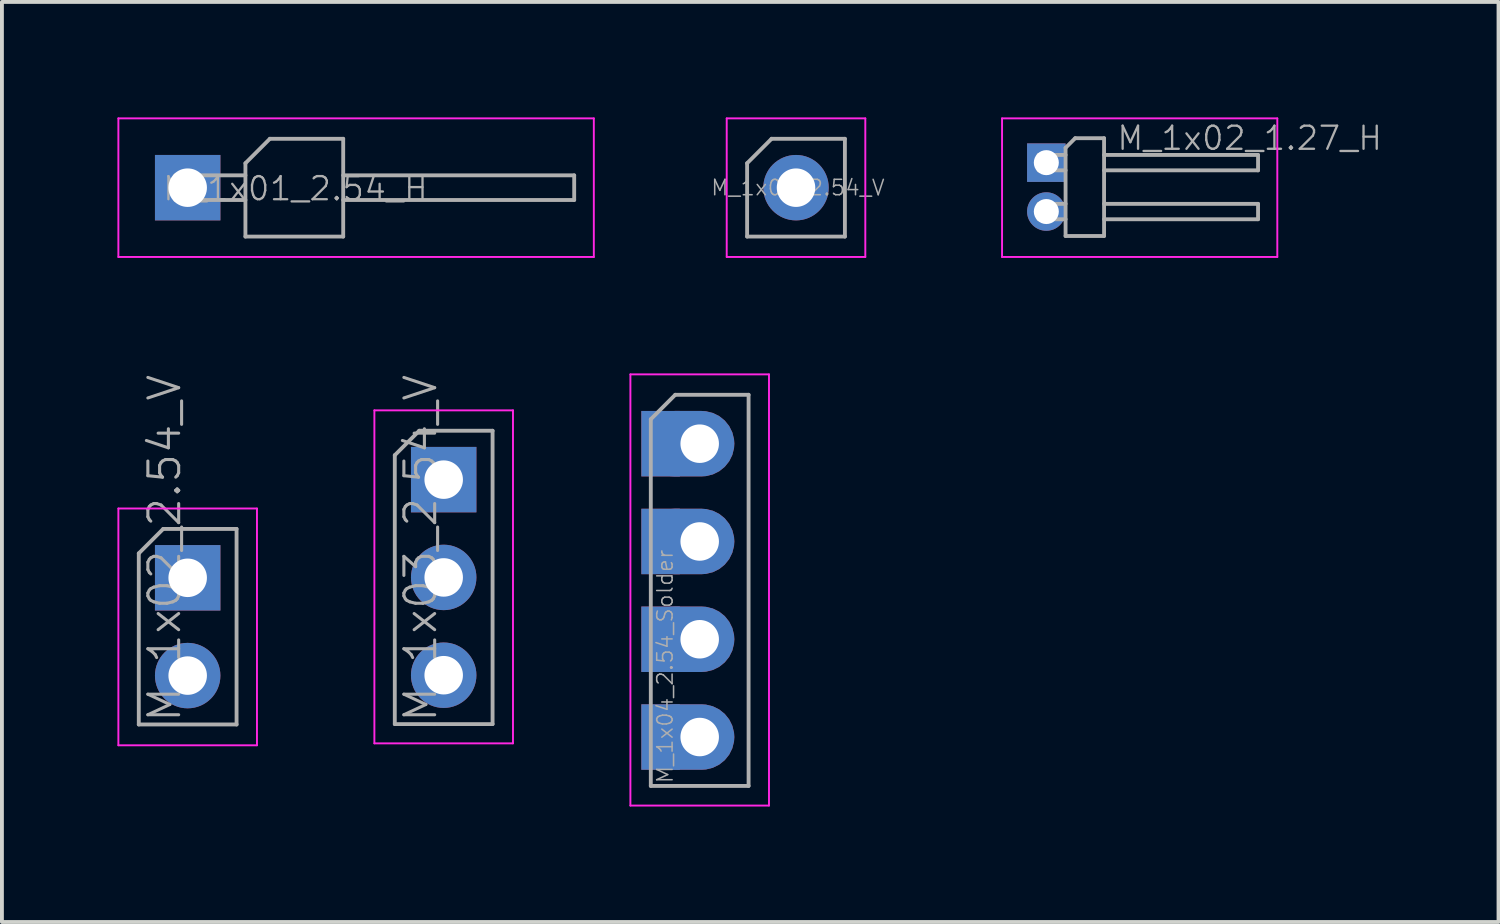
<source format=kicad_pcb>
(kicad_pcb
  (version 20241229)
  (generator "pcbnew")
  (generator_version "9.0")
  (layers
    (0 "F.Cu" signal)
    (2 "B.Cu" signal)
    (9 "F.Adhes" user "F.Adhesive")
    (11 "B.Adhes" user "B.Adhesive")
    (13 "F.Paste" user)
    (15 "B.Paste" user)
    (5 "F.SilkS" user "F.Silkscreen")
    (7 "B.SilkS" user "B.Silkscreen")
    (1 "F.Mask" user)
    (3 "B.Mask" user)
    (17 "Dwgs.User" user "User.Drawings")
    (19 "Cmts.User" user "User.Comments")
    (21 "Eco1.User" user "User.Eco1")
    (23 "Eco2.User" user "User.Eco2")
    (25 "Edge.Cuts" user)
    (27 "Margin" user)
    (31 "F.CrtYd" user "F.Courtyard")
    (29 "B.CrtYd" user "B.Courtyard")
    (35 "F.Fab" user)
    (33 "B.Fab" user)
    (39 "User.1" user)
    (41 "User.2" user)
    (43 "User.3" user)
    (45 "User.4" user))
  (footprint "M_1x04_2.54_Solder"
    (layer "F.Cu")
    (at 15.125 8.475)
    (property "Reference" "M_1x04_2.54_Solder" (at -0.9 8.85 90) (layer "F.Fab") (effects (font (size 0.4 0.4) (thickness 0.04)) (justify left)))
    (attr smd)
    (fp_line (start -1.8 -1.8) (end -1.8 9.4) (stroke (width 0.05) (type solid)) (layer "F.CrtYd"))
    (fp_line (start -1.8 9.4) (end 1.8 9.4) (stroke (width 0.05) (type solid)) (layer "F.CrtYd"))
    (fp_line (start 1.8 -1.8) (end -1.8 -1.8) (stroke (width 0.05) (type solid)) (layer "F.CrtYd"))
    (fp_line (start 1.8 9.4) (end 1.8 -1.8) (stroke (width 0.05) (type solid)) (layer "F.CrtYd"))
    (fp_line (start -1.27 -0.635) (end -0.635 -1.27) (stroke (width 0.1) (type solid)) (layer "F.Fab"))
    (fp_line (start -1.27 8.89) (end -1.27 -0.635) (stroke (width 0.1) (type solid)) (layer "F.Fab"))
    (fp_line (start -0.635 -1.27) (end 1.27 -1.27) (stroke (width 0.1) (type solid)) (layer "F.Fab"))
    (fp_line (start 1.27 -1.27) (end 1.27 8.89) (stroke (width 0.1) (type solid)) (layer "F.Fab"))
    (fp_line (start 1.27 8.89) (end -1.27 8.89) (stroke (width 0.1) (type solid)) (layer "F.Fab"))
    (pad "1" smd rect (at -1.016 0) (size 1 1.7) (layers "F.Cu" "F.Mask" "F.Paste"))
    (pad "1" smd rect (at -1.016 0) (size 1 1.7) (layers "B.Cu" "B.Mask" "B.Paste"))
    (pad "1" thru_hole roundrect (at 0 0) (size 2.4 1.7) (drill 1 (offset -0.3 0)) (layers "*.Cu" "*.Mask") (roundrect_rratio 0.5))
    (pad "2" smd rect (at -1.016 2.54) (size 1 1.7) (layers "F.Cu" "F.Mask" "F.Paste"))
    (pad "2" smd rect (at -1.016 2.54) (size 1 1.7) (layers "B.Cu" "B.Mask" "B.Paste"))
    (pad "2" thru_hole roundrect (at 0 2.54) (size 2.4 1.7) (drill 1 (offset -0.3 0)) (layers "*.Cu" "*.Mask") (roundrect_rratio 0.5))
    (pad "3" smd rect (at -1.016 5.08) (size 1 1.7) (layers "F.Cu" "F.Mask" "F.Paste"))
    (pad "3" smd rect (at -1.016 5.08) (size 1 1.7) (layers "B.Cu" "B.Mask" "B.Paste"))
    (pad "3" thru_hole roundrect (at 0 5.08) (size 2.4 1.7) (drill 1 (offset -0.3 0)) (layers "*.Cu" "*.Mask") (roundrect_rratio 0.5))
    (pad "4" smd rect (at -1.016 7.62) (size 1 1.7) (layers "F.Cu" "F.Mask" "F.Paste"))
    (pad "4" smd rect (at -1.016 7.62) (size 1 1.7) (layers "B.Cu" "B.Mask" "B.Paste"))
    (pad "4" thru_hole roundrect (at 0 7.62) (size 2.4 1.7) (drill 1 (offset -0.3 0)) (layers "*.Cu" "*.Mask") (roundrect_rratio 0.5)))
  (footprint "M_1x03_2.54_V"
    (layer "F.Cu")
    (at 8.475 9.409)
    (property "Reference" "M_1x03_2.54_V" (at -0.6 6.35 90) (unlocked yes) (layer "F.Fab") (effects (font (size 0.8 0.8) (thickness 0.08)) (justify left)))
    (attr through_hole)
    (fp_line (start -1.8 -1.8) (end -1.8 6.85) (stroke (width 0.05) (type solid)) (layer "F.CrtYd"))
    (fp_line (start -1.8 6.85) (end 1.8 6.85) (stroke (width 0.05) (type solid)) (layer "F.CrtYd"))
    (fp_line (start 1.8 -1.8) (end -1.8 -1.8) (stroke (width 0.05) (type solid)) (layer "F.CrtYd"))
    (fp_line (start 1.8 6.85) (end 1.8 -1.8) (stroke (width 0.05) (type solid)) (layer "F.CrtYd"))
    (fp_line (start -1.27 -0.635) (end -0.635 -1.27) (stroke (width 0.1) (type solid)) (layer "F.Fab"))
    (fp_line (start -1.27 6.35) (end -1.27 -0.635) (stroke (width 0.1) (type solid)) (layer "F.Fab"))
    (fp_line (start -0.635 -1.27) (end 1.27 -1.27) (stroke (width 0.1) (type solid)) (layer "F.Fab"))
    (fp_line (start 1.27 -1.27) (end 1.27 6.35) (stroke (width 0.1) (type solid)) (layer "F.Fab"))
    (fp_line (start 1.27 6.35) (end -1.27 6.35) (stroke (width 0.1) (type solid)) (layer "F.Fab"))
    (pad "1" thru_hole rect (at 0 0) (size 1.7 1.7) (drill 1) (layers "*.Cu" "*.Mask"))
    (pad "2" thru_hole oval (at 0 2.54) (size 1.7 1.7) (drill 1) (layers "*.Cu" "*.Mask"))
    (pad "3" thru_hole oval (at 0 5.08) (size 1.7 1.7) (drill 1) (layers "*.Cu" "*.Mask")))
  (footprint "M_1x01_2.54_H"
    (layer "F.Cu")
    (at 1.825 1.825)
    (property "Reference" "M_1x01_2.54_H" (at 2.8 0.025 0) (unlocked yes) (layer "F.Fab") (effects (font (size 0.6 0.6) (thickness 0.06))))
    (attr through_hole)
    (fp_line (start -1.8 -1.8) (end -1.8 1.8) (stroke (width 0.05) (type solid)) (layer "F.CrtYd"))
    (fp_line (start -1.8 1.8) (end 10.55 1.8) (stroke (width 0.05) (type solid)) (layer "F.CrtYd"))
    (fp_line (start 10.55 -1.8) (end -1.8 -1.8) (stroke (width 0.05) (type solid)) (layer "F.CrtYd"))
    (fp_line (start 10.55 1.8) (end 10.55 -1.8) (stroke (width 0.05) (type solid)) (layer "F.CrtYd"))
    (fp_line (start -0.32 -0.32) (end -0.32 0.32) (stroke (width 0.1) (type solid)) (layer "F.Fab"))
    (fp_line (start -0.32 -0.32) (end 1.5 -0.32) (stroke (width 0.1) (type solid)) (layer "F.Fab"))
    (fp_line (start -0.32 0.32) (end 1.5 0.32) (stroke (width 0.1) (type solid)) (layer "F.Fab"))
    (fp_line (start 1.5 -0.635) (end 2.135 -1.27) (stroke (width 0.1) (type solid)) (layer "F.Fab"))
    (fp_line (start 1.5 1.27) (end 1.5 -0.635) (stroke (width 0.1) (type solid)) (layer "F.Fab"))
    (fp_line (start 2.135 -1.27) (end 4.04 -1.27) (stroke (width 0.1) (type solid)) (layer "F.Fab"))
    (fp_line (start 4.04 -1.27) (end 4.04 1.27) (stroke (width 0.1) (type solid)) (layer "F.Fab"))
    (fp_line (start 4.04 -0.32) (end 10.04 -0.32) (stroke (width 0.1) (type solid)) (layer "F.Fab"))
    (fp_line (start 4.04 0.32) (end 10.04 0.32) (stroke (width 0.1) (type solid)) (layer "F.Fab"))
    (fp_line (start 4.04 1.27) (end 1.5 1.27) (stroke (width 0.1) (type solid)) (layer "F.Fab"))
    (fp_line (start 10.04 -0.32) (end 10.04 0.32) (stroke (width 0.1) (type solid)) (layer "F.Fab"))
    (pad "1" thru_hole rect (at 0 0) (size 1.7 1.7) (drill 1) (layers "*.Cu" "*.Mask")))
  (footprint "M_1x02_1.27_H"
    (layer "F.Cu")
    (at 24.129 1.175)
    (property "Reference" "M_1x02_1.27_H" (at 1.8 -0.635 0) (layer "F.Fab") (effects (font (size 0.6 0.6) (thickness 0.06)) (justify left)))
    (attr through_hole)
    (fp_line (start -1.15 -1.15) (end -1.15 2.45) (stroke (width 0.05) (type solid)) (layer "F.CrtYd"))
    (fp_line (start -1.15 2.45) (end 6 2.45) (stroke (width 0.05) (type solid)) (layer "F.CrtYd"))
    (fp_line (start 6 -1.15) (end -1.15 -1.15) (stroke (width 0.05) (type solid)) (layer "F.CrtYd"))
    (fp_line (start 6 2.45) (end 6 -1.15) (stroke (width 0.05) (type solid)) (layer "F.CrtYd"))
    (fp_line (start -0.2 -0.2) (end -0.2 0.2) (stroke (width 0.1) (type solid)) (layer "F.Fab"))
    (fp_line (start -0.2 -0.2) (end 0.5 -0.2) (stroke (width 0.1) (type solid)) (layer "F.Fab"))
    (fp_line (start -0.2 0.2) (end 0.5 0.2) (stroke (width 0.1) (type solid)) (layer "F.Fab"))
    (fp_line (start -0.2 1.07) (end -0.2 1.47) (stroke (width 0.1) (type solid)) (layer "F.Fab"))
    (fp_line (start -0.2 1.07) (end 0.5 1.07) (stroke (width 0.1) (type solid)) (layer "F.Fab"))
    (fp_line (start -0.2 1.47) (end 0.5 1.47) (stroke (width 0.1) (type solid)) (layer "F.Fab"))
    (fp_line (start 0.5 -0.385) (end 0.75 -0.635) (stroke (width 0.1) (type solid)) (layer "F.Fab"))
    (fp_line (start 0.5 1.905) (end 0.5 -0.385) (stroke (width 0.1) (type solid)) (layer "F.Fab"))
    (fp_line (start 0.75 -0.635) (end 1.5 -0.635) (stroke (width 0.1) (type solid)) (layer "F.Fab"))
    (fp_line (start 1.5 -0.635) (end 1.5 1.905) (stroke (width 0.1) (type solid)) (layer "F.Fab"))
    (fp_line (start 1.5 -0.2) (end 5.5 -0.2) (stroke (width 0.1) (type solid)) (layer "F.Fab"))
    (fp_line (start 1.5 0.2) (end 5.5 0.2) (stroke (width 0.1) (type solid)) (layer "F.Fab"))
    (fp_line (start 1.5 1.07) (end 5.5 1.07) (stroke (width 0.1) (type solid)) (layer "F.Fab"))
    (fp_line (start 1.5 1.47) (end 5.5 1.47) (stroke (width 0.1) (type solid)) (layer "F.Fab"))
    (fp_line (start 1.5 1.905) (end 0.5 1.905) (stroke (width 0.1) (type solid)) (layer "F.Fab"))
    (fp_line (start 5.5 -0.2) (end 5.5 0.2) (stroke (width 0.1) (type solid)) (layer "F.Fab"))
    (fp_line (start 5.5 1.07) (end 5.5 1.47) (stroke (width 0.1) (type solid)) (layer "F.Fab"))
    (pad "1" thru_hole rect (at 0 0) (size 1 1) (drill 0.65) (layers "*.Cu" "*.Mask"))
    (pad "2" thru_hole oval (at 0 1.27) (size 1 1) (drill 0.65) (layers "*.Cu" "*.Mask")))
  (footprint "M_1x01_2.54_V"
    (layer "F.Cu")
    (at 17.627 1.825)
    (property "Reference" "M_1x01_2.54_V" (at 0.05 0 0) (unlocked yes) (layer "F.Fab") (effects (font (size 0.4 0.4) (thickness 0.04))))
    (fp_line (start -1.8 -1.8) (end -1.8 1.8) (stroke (width 0.05) (type solid)) (layer "F.CrtYd"))
    (fp_line (start -1.8 1.8) (end 1.8 1.8) (stroke (width 0.05) (type solid)) (layer "F.CrtYd"))
    (fp_line (start 1.8 -1.8) (end -1.8 -1.8) (stroke (width 0.05) (type solid)) (layer "F.CrtYd"))
    (fp_line (start 1.8 1.8) (end 1.8 -1.8) (stroke (width 0.05) (type solid)) (layer "F.CrtYd"))
    (fp_line (start -1.27 -0.635) (end -0.635 -1.27) (stroke (width 0.1) (type solid)) (layer "F.Fab"))
    (fp_line (start -1.27 1.27) (end -1.27 -0.635) (stroke (width 0.1) (type solid)) (layer "F.Fab"))
    (fp_line (start -0.635 -1.27) (end 1.27 -1.27) (stroke (width 0.1) (type solid)) (layer "F.Fab"))
    (fp_line (start 1.27 -1.27) (end 1.27 1.27) (stroke (width 0.1) (type solid)) (layer "F.Fab"))
    (fp_line (start 1.27 1.27) (end -1.27 1.27) (stroke (width 0.1) (type solid)) (layer "F.Fab"))
    (pad "1" thru_hole circle (at 0 0) (size 1.7 1.7) (drill 1) (layers "*.Cu" "*.Mask")))
  (footprint "M_1x02_2.54_V"
    (layer "F.Cu")
    (at 1.825 11.959)
    (property "Reference" "M_1x02_2.54_V" (at -0.6 3.8 90) (unlocked yes) (layer "F.Fab") (effects (font (size 0.8 0.8) (thickness 0.08)) (justify left)))
    (attr through_hole)
    (fp_line (start -1.8 -1.8) (end -1.8 4.35) (stroke (width 0.05) (type solid)) (layer "F.CrtYd"))
    (fp_line (start -1.8 4.35) (end 1.8 4.35) (stroke (width 0.05) (type solid)) (layer "F.CrtYd"))
    (fp_line (start 1.8 -1.8) (end -1.8 -1.8) (stroke (width 0.05) (type solid)) (layer "F.CrtYd"))
    (fp_line (start 1.8 4.35) (end 1.8 -1.8) (stroke (width 0.05) (type solid)) (layer "F.CrtYd"))
    (fp_line (start -1.27 -0.635) (end -0.635 -1.27) (stroke (width 0.1) (type solid)) (layer "F.Fab"))
    (fp_line (start -1.27 3.81) (end -1.27 -0.635) (stroke (width 0.1) (type solid)) (layer "F.Fab"))
    (fp_line (start -0.635 -1.27) (end 1.27 -1.27) (stroke (width 0.1) (type solid)) (layer "F.Fab"))
    (fp_line (start 1.27 -1.27) (end 1.27 3.81) (stroke (width 0.1) (type solid)) (layer "F.Fab"))
    (fp_line (start 1.27 3.81) (end -1.27 3.81) (stroke (width 0.1) (type solid)) (layer "F.Fab"))
    (pad "1" thru_hole rect (at 0 0) (size 1.7 1.7) (drill 1) (layers "*.Cu" "*.Mask"))
    (pad "2" thru_hole oval (at 0 2.54) (size 1.7 1.7) (drill 1) (layers "*.Cu" "*.Mask")))
  (gr_rect
    (start -3 -3)
    (end 35.875 20.9)
    (stroke (width 0.1) (type default))
    (fill no)
    (layer "Edge.Cuts")))
</source>
